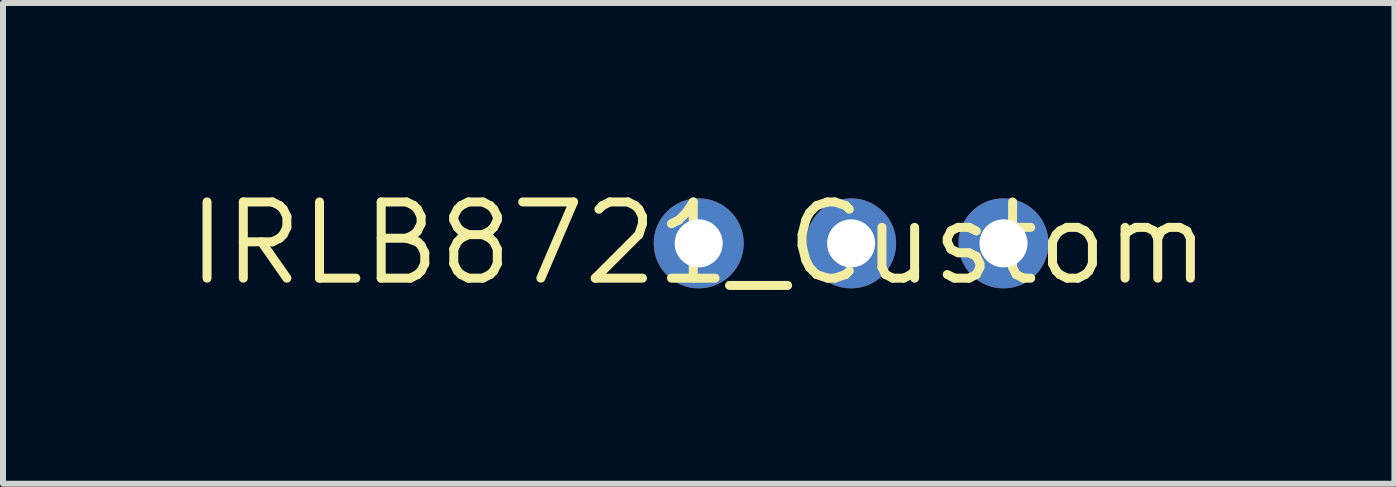
<source format=kicad_pcb>
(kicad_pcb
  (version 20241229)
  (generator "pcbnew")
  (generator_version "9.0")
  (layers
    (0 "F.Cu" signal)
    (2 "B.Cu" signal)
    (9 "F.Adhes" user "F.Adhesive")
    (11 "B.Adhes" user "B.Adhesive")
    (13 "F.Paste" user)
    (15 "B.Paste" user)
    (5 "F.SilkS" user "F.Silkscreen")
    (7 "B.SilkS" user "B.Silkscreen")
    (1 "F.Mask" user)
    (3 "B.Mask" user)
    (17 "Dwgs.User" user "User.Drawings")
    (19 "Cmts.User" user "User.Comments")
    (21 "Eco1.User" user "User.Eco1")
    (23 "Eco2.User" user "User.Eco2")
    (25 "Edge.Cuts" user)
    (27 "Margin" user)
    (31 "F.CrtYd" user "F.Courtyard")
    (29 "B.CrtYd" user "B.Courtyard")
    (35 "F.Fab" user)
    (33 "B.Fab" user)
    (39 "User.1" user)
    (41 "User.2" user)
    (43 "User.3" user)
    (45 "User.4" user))
  (footprint "IRLB8721_Custom"
    (layer "F.Cu")
    (at 8.595 1.006)
    (property "Reference" "IRLB8721_Custom" (at 0 0 0) (layer "F.SilkS") (effects (font (size 1.27 1.27) (thickness 0.15))))
    (attr through_hole)
    (pad "1" thru_hole oval (at 0 0) (size 1.5 1.5) (drill 0.8) (layers "F.Cu" "F.Mask" "F.Paste"))
    (pad "2" thru_hole oval (at 2.54 0) (size 1.5 1.5) (drill 0.8) (layers "F.Cu" "F.Mask" "F.Paste"))
    (pad "3" thru_hole oval (at 5.08 0) (size 1.5 1.5) (drill 0.8) (layers "F.Cu" "F.Mask" "F.Paste")))
  (gr_rect
    (start -3 -3)
    (end 20.19 5.012)
    (stroke (width 0.1) (type default))
    (fill no)
    (layer "Edge.Cuts")))
</source>
